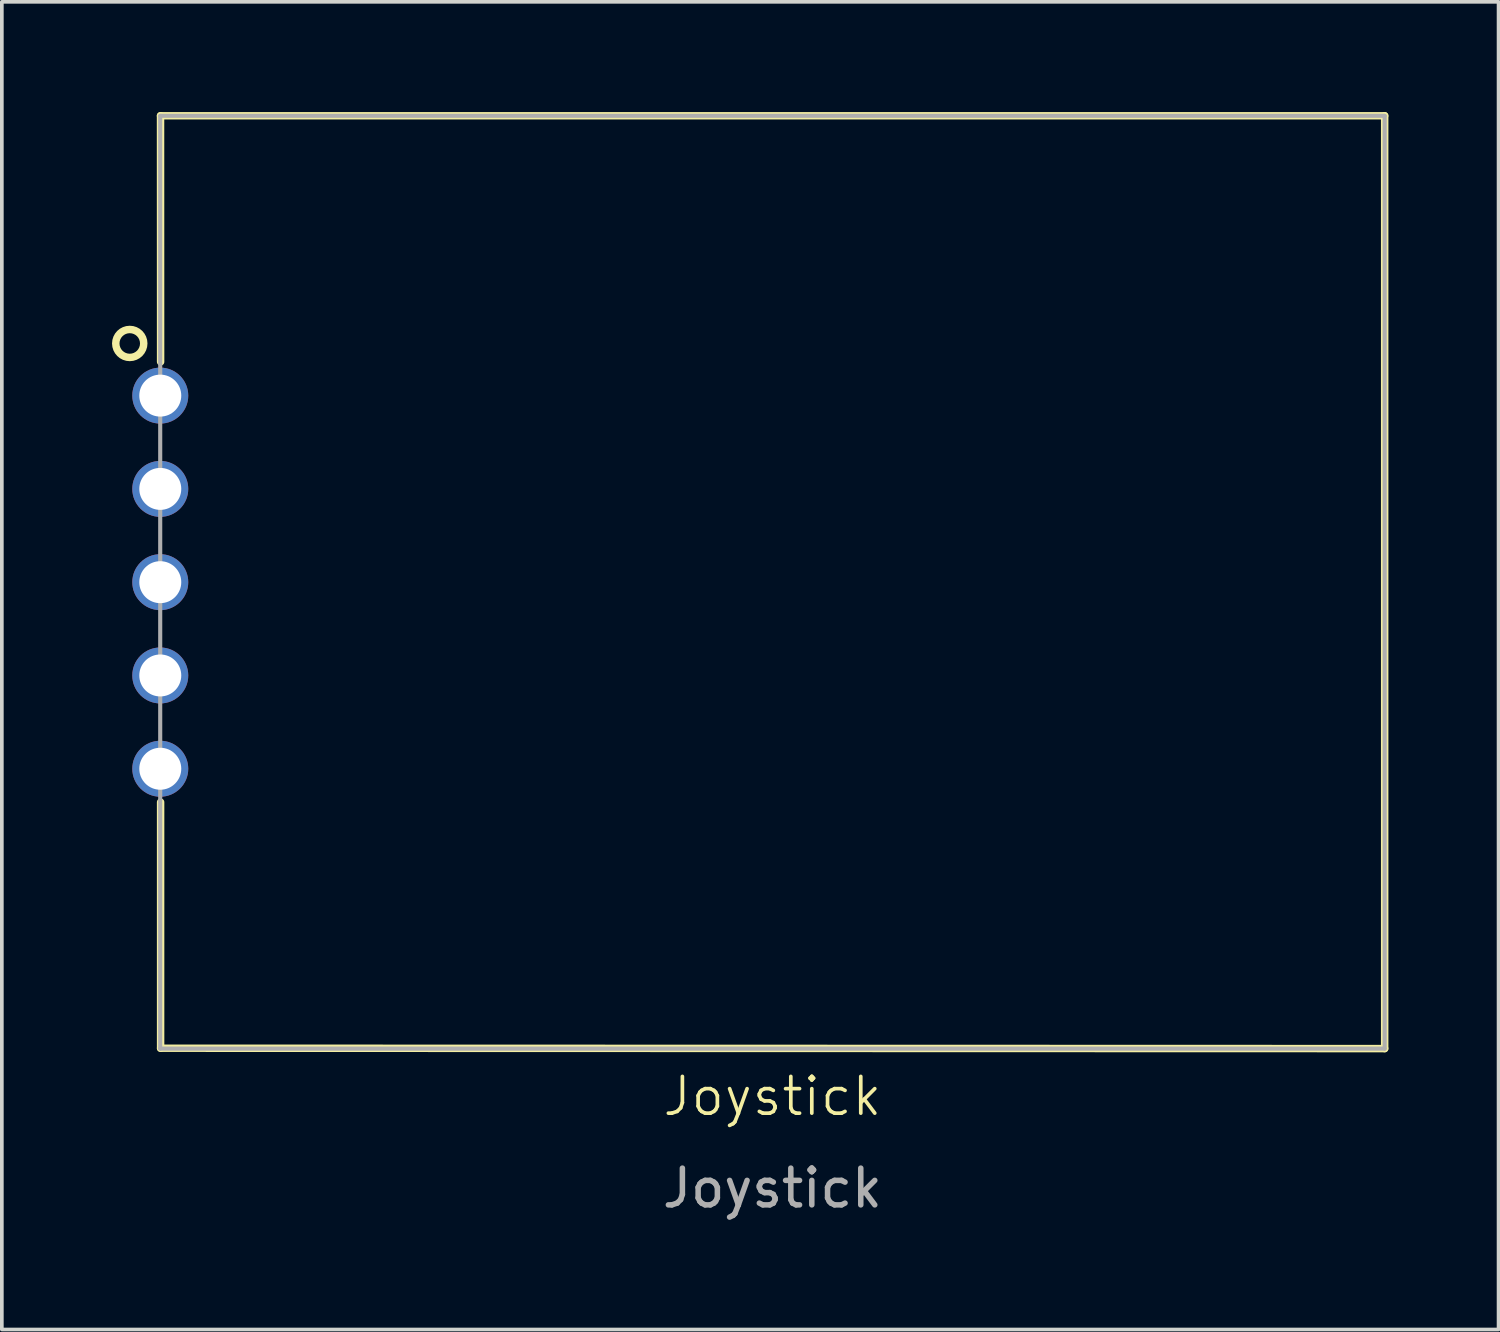
<source format=kicad_pcb>
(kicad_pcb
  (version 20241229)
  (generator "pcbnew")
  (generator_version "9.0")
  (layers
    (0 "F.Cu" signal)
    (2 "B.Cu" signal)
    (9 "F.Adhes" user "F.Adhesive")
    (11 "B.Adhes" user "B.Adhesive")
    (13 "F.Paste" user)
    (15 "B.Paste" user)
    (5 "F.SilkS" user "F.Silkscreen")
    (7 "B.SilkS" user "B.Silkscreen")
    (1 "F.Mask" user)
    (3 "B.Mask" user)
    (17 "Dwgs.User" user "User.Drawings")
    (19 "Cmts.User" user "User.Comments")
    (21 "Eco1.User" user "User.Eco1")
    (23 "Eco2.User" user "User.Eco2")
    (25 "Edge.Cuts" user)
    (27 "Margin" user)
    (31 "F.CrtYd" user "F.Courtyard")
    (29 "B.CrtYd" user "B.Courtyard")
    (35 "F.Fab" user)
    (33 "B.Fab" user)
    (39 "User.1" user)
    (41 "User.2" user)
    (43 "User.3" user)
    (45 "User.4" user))
  (footprint "Joystick"
    (layer "F.Cu")
    (at 17.983 12.802)
    (property "Reference" "Joystick" (at 0 14 0) (unlocked yes) (layer "F.SilkS") (effects (font (size 1 1) (thickness 0.1))))
    (attr smd)
    (fp_line (start -16.662 -12.7) (end -16.66 -6) (stroke (width 0.203) (type default)) (layer "F.SilkS"))
    (fp_line (start -16.662 -12.7) (end 16.67 -12.7) (stroke (width 0.203) (type default)) (layer "F.SilkS"))
    (fp_line (start -16.66 12.69) (end -16.66 5.99) (stroke (width 0.203) (type default)) (layer "F.SilkS"))
    (fp_line (start 16.67 -12.7) (end 16.67 12.7) (stroke (width 0.203) (type default)) (layer "F.SilkS"))
    (fp_line (start 16.67 12.7) (end -16.66 12.69) (stroke (width 0.203) (type default)) (layer "F.SilkS"))
    (fp_circle (center -17.5 -6.5) (end -17.119 -6.5) (stroke (width 0.203) (type default)) (fill no) (layer "F.SilkS"))
    (fp_line (start -16.669 -12.7) (end 16.669 -12.7) (stroke (width 0.102) (type default)) (layer "F.Fab"))
    (fp_line (start -16.669 -12.7) (end 16.669 -12.7) (stroke (width 0.102) (type default)) (layer "F.Fab"))
    (fp_line (start -16.669 12.7) (end -16.669 -12.7) (stroke (width 0.102) (type default)) (layer "F.Fab"))
    (fp_line (start -16.669 12.7) (end -16.669 -12.7) (stroke (width 0.102) (type default)) (layer "F.Fab"))
    (fp_line (start -16.669 12.7) (end 16.669 12.7) (stroke (width 0.102) (type default)) (layer "F.Fab"))
    (fp_line (start 16.669 -12.7) (end 16.669 12.7) (stroke (width 0.102) (type default)) (layer "F.Fab"))
    (fp_line (start 16.669 12.7) (end -16.669 12.7) (stroke (width 0.102) (type default)) (layer "F.Fab"))
    (fp_line (start 16.669 12.7) (end 16.669 -12.7) (stroke (width 0.102) (type default)) (layer "F.Fab"))
    (fp_text user "${REFERENCE}" (at 0 16.5 0) (unlocked yes) (layer "F.Fab") (effects (font (size 1 1) (thickness 0.15))))
    (pad "1" thru_hole circle (at -16.669 -5.08) (size 1.524 1.524) (drill 1.143) (layers "*.Cu" "*.Mask"))
    (pad "2" thru_hole circle (at -16.669 -2.54) (size 1.524 1.524) (drill 1.143) (layers "*.Cu" "*.Mask"))
    (pad "3" thru_hole circle (at -16.669 0) (size 1.524 1.524) (drill 1.143) (layers "*.Cu" "*.Mask"))
    (pad "4" thru_hole circle (at -16.669 2.54) (size 1.524 1.524) (drill 1.143) (layers "*.Cu" "*.Mask"))
    (pad "5" thru_hole circle (at -16.669 5.08) (size 1.524 1.524) (drill 1.143) (layers "*.Cu" "*.Mask")))
  (gr_rect
    (start -3 -3)
    (end 37.754 33.15)
    (stroke (width 0.1) (type default))
    (fill no)
    (layer "Edge.Cuts")))
</source>
